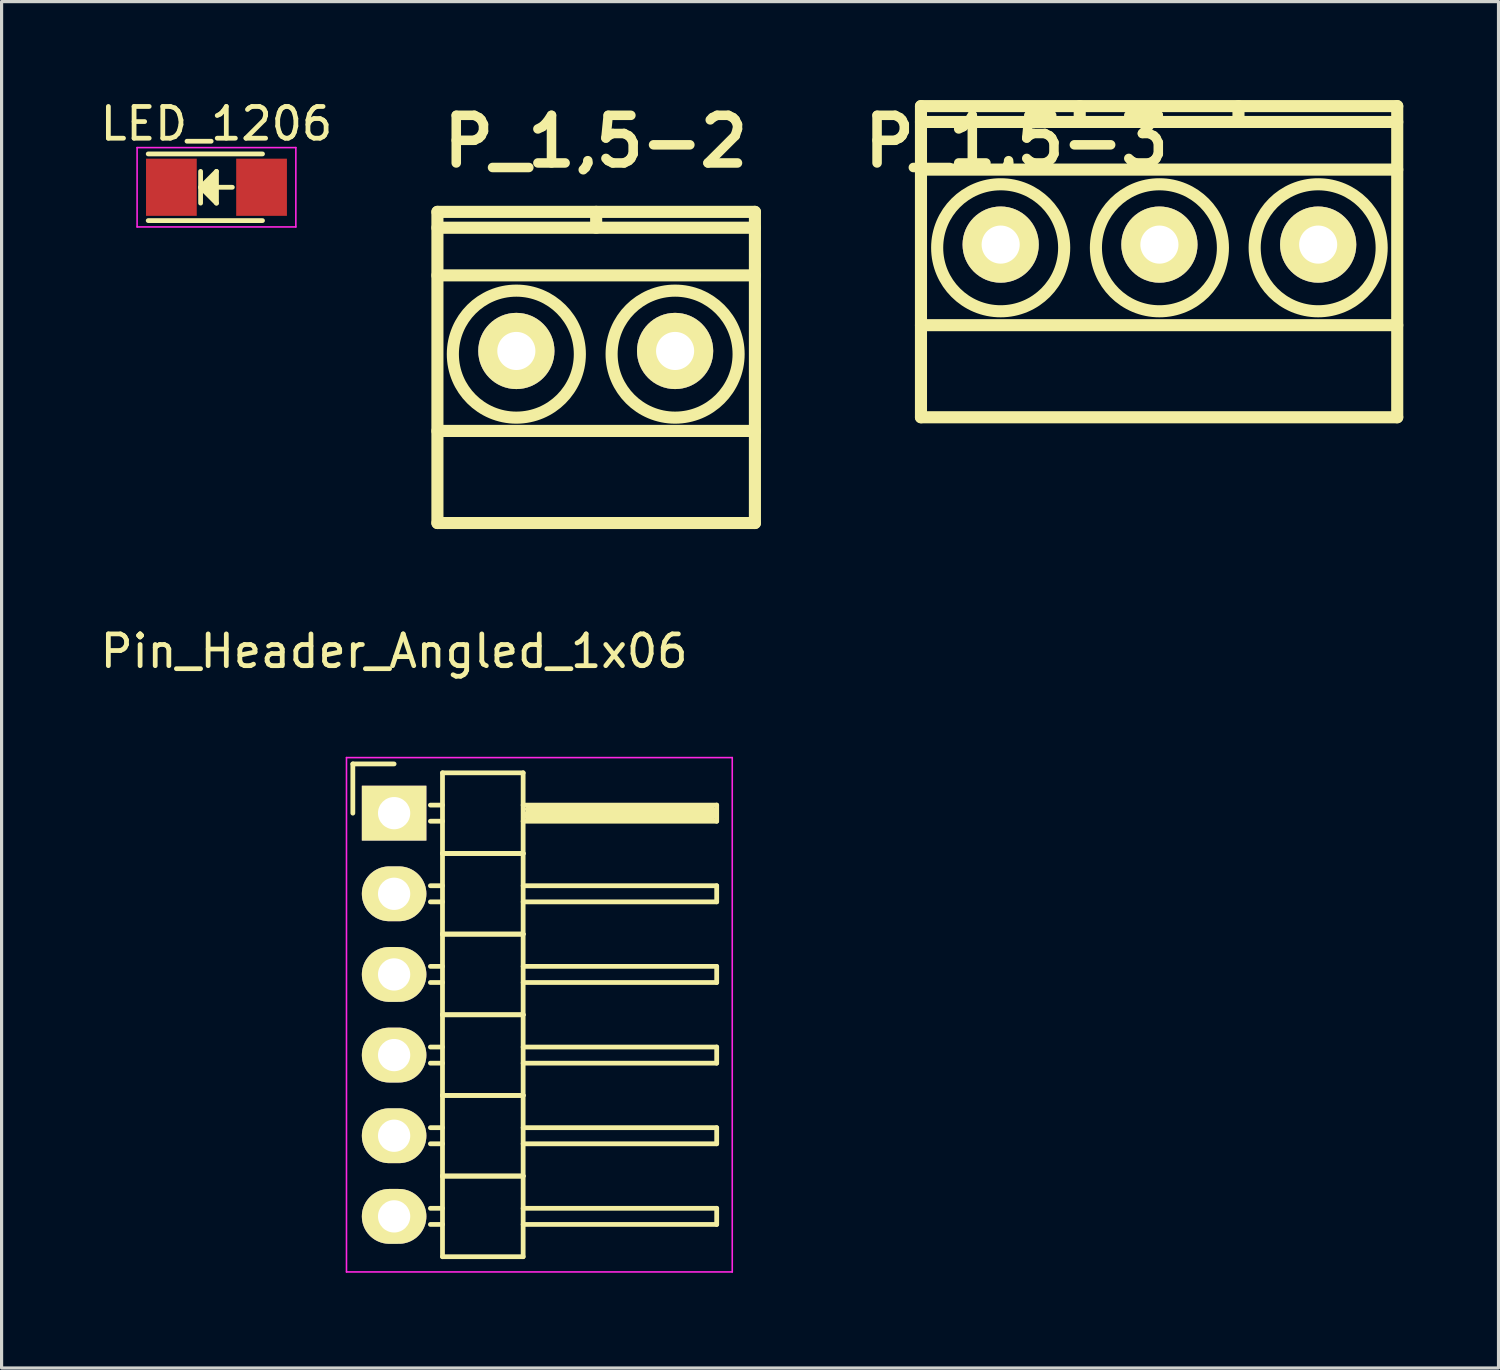
<source format=kicad_pcb>
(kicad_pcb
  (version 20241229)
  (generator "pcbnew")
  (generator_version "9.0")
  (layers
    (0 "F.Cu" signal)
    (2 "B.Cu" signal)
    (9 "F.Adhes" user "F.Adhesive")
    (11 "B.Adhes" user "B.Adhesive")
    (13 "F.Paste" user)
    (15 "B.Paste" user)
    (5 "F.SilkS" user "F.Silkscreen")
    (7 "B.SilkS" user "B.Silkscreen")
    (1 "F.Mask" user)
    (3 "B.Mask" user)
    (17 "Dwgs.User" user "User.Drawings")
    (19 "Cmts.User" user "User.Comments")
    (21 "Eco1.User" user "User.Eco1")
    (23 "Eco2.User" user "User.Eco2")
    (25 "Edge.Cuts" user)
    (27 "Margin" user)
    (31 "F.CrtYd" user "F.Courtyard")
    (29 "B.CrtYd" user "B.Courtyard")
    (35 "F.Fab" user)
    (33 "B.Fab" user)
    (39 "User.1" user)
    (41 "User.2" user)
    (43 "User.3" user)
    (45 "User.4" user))
  (footprint "P_1,5-2"
    (layer "F.Cu")
    (at 15.713 8.004)
    (property "Reference" "P_1,5-2" (at 0 -6.6 0) (layer "F.SilkS") (effects (font (size 1.5 1.5) (thickness 0.3))))
    (attr through_hole)
    (fp_line (start -4.986 -4.381) (end -4.986 5.419) (stroke (width 0.381) (type solid)) (layer "F.SilkS"))
    (fp_line (start -4.986 5.419) (end 5.014 5.419) (stroke (width 0.381) (type solid)) (layer "F.SilkS"))
    (fp_line (start 0.014 -3.881) (end 0.014 -4.381) (stroke (width 0.381) (type solid)) (layer "F.SilkS"))
    (fp_line (start 5.014 -4.381) (end -4.986 -4.381) (stroke (width 0.381) (type solid)) (layer "F.SilkS"))
    (fp_line (start 5.014 -3.881) (end -4.986 -3.881) (stroke (width 0.381) (type solid)) (layer "F.SilkS"))
    (fp_line (start 5.014 -2.381) (end -4.986 -2.381) (stroke (width 0.381) (type solid)) (layer "F.SilkS"))
    (fp_line (start 5.014 2.519) (end -4.986 2.519) (stroke (width 0.381) (type solid)) (layer "F.SilkS"))
    (fp_line (start 5.014 5.419) (end 5.014 -4.381) (stroke (width 0.381) (type solid)) (layer "F.SilkS"))
    (fp_circle (center -2.5 0.1) (end -0.5 0.1) (stroke (width 0.381) (type solid)) (fill no) (layer "F.SilkS"))
    (fp_circle (center 2.5 0.1) (end 0.5 0.1) (stroke (width 0.381) (type solid)) (fill no) (layer "F.SilkS"))
    (pad "1" thru_hole circle (at -2.5 0) (size 2.4 2.4) (drill 1.2) (layers "*.Cu" "*.Mask" "F.SilkS"))
    (pad "2" thru_hole circle (at 2.5 0) (size 2.4 2.4) (drill 1.2) (layers "*.Cu" "*.Mask" "F.SilkS")))
  (footprint "P_1,5-3"
    (layer "F.Cu")
    (at 33.467 4.654)
    (property "Reference" "P_1,5-3" (at -4.5 -3.25 0) (layer "F.SilkS") (effects (font (size 1.5 1.5) (thickness 0.3))))
    (attr through_hole)
    (fp_line (start -7.51 -4.362) (end -7.51 5.438) (stroke (width 0.381) (type solid)) (layer "F.SilkS"))
    (fp_line (start -7.51 5.438) (end 7.49 5.438) (stroke (width 0.381) (type solid)) (layer "F.SilkS"))
    (fp_line (start -2.51 -3.862) (end -2.51 -4.362) (stroke (width 0.381) (type solid)) (layer "F.SilkS"))
    (fp_line (start 2.49 -3.862) (end 2.49 -4.362) (stroke (width 0.381) (type solid)) (layer "F.SilkS"))
    (fp_line (start 7.49 -4.362) (end -7.51 -4.362) (stroke (width 0.381) (type solid)) (layer "F.SilkS"))
    (fp_line (start 7.49 -3.862) (end -7.51 -3.862) (stroke (width 0.381) (type solid)) (layer "F.SilkS"))
    (fp_line (start 7.49 -2.362) (end -7.51 -2.362) (stroke (width 0.381) (type solid)) (layer "F.SilkS"))
    (fp_line (start 7.49 2.538) (end -7.51 2.538) (stroke (width 0.381) (type solid)) (layer "F.SilkS"))
    (fp_line (start 7.49 5.438) (end 7.49 -4.362) (stroke (width 0.381) (type solid)) (layer "F.SilkS"))
    (fp_circle (center -5 0.1) (end -3 0.1) (stroke (width 0.381) (type solid)) (fill no) (layer "F.SilkS"))
    (fp_circle (center 0 0.1) (end -2 0.1) (stroke (width 0.381) (type solid)) (fill no) (layer "F.SilkS"))
    (fp_circle (center 5 0.1) (end 3 0.1) (stroke (width 0.381) (type solid)) (fill no) (layer "F.SilkS"))
    (pad "1" thru_hole circle (at -5 0) (size 2.4 2.4) (drill 1.2) (layers "*.Cu" "*.Mask" "F.SilkS"))
    (pad "2" thru_hole circle (at 0 0) (size 2.4 2.4) (drill 1.2) (layers "*.Cu" "*.Mask" "F.SilkS"))
    (pad "3" thru_hole circle (at 5 0) (size 2.4 2.4) (drill 1.2) (layers "*.Cu" "*.Mask" "F.SilkS")))
  (footprint "Pin_Header_Angled_1x06"
    (layer "F.Cu")
    (at 9.363 22.561)
    (property "Reference" "Pin_Header_Angled_1x06" (at 0 -5.1 0) (layer "F.SilkS") (effects (font (size 1 1) (thickness 0.15))))
    (attr through_hole)
    (fp_line (start -1.3 -1.55) (end -1.3 0) (stroke (width 0.15) (type solid)) (layer "F.SilkS"))
    (fp_line (start 0 -1.55) (end -1.3 -1.55) (stroke (width 0.15) (type solid)) (layer "F.SilkS"))
    (fp_line (start 1.524 -1.27) (end 1.524 1.27) (stroke (width 0.15) (type solid)) (layer "F.SilkS"))
    (fp_line (start 1.524 -1.27) (end 4.064 -1.27) (stroke (width 0.15) (type solid)) (layer "F.SilkS"))
    (fp_line (start 1.524 -0.254) (end 1.143 -0.254) (stroke (width 0.15) (type solid)) (layer "F.SilkS"))
    (fp_line (start 1.524 0.254) (end 1.143 0.254) (stroke (width 0.15) (type solid)) (layer "F.SilkS"))
    (fp_line (start 1.524 1.27) (end 1.524 3.81) (stroke (width 0.15) (type solid)) (layer "F.SilkS"))
    (fp_line (start 1.524 1.27) (end 4.064 1.27) (stroke (width 0.15) (type solid)) (layer "F.SilkS"))
    (fp_line (start 1.524 1.27) (end 4.064 1.27) (stroke (width 0.15) (type solid)) (layer "F.SilkS"))
    (fp_line (start 1.524 2.286) (end 1.143 2.286) (stroke (width 0.15) (type solid)) (layer "F.SilkS"))
    (fp_line (start 1.524 2.794) (end 1.143 2.794) (stroke (width 0.15) (type solid)) (layer "F.SilkS"))
    (fp_line (start 1.524 3.81) (end 1.524 6.35) (stroke (width 0.15) (type solid)) (layer "F.SilkS"))
    (fp_line (start 1.524 3.81) (end 4.064 3.81) (stroke (width 0.15) (type solid)) (layer "F.SilkS"))
    (fp_line (start 1.524 3.81) (end 4.064 3.81) (stroke (width 0.15) (type solid)) (layer "F.SilkS"))
    (fp_line (start 1.524 4.826) (end 1.143 4.826) (stroke (width 0.15) (type solid)) (layer "F.SilkS"))
    (fp_line (start 1.524 5.334) (end 1.143 5.334) (stroke (width 0.15) (type solid)) (layer "F.SilkS"))
    (fp_line (start 1.524 6.35) (end 1.524 8.89) (stroke (width 0.15) (type solid)) (layer "F.SilkS"))
    (fp_line (start 1.524 6.35) (end 4.064 6.35) (stroke (width 0.15) (type solid)) (layer "F.SilkS"))
    (fp_line (start 1.524 6.35) (end 4.064 6.35) (stroke (width 0.15) (type solid)) (layer "F.SilkS"))
    (fp_line (start 1.524 7.366) (end 1.143 7.366) (stroke (width 0.15) (type solid)) (layer "F.SilkS"))
    (fp_line (start 1.524 7.874) (end 1.143 7.874) (stroke (width 0.15) (type solid)) (layer "F.SilkS"))
    (fp_line (start 1.524 8.89) (end 1.524 11.43) (stroke (width 0.15) (type solid)) (layer "F.SilkS"))
    (fp_line (start 1.524 8.89) (end 4.064 8.89) (stroke (width 0.15) (type solid)) (layer "F.SilkS"))
    (fp_line (start 1.524 8.89) (end 4.064 8.89) (stroke (width 0.15) (type solid)) (layer "F.SilkS"))
    (fp_line (start 1.524 9.906) (end 1.143 9.906) (stroke (width 0.15) (type solid)) (layer "F.SilkS"))
    (fp_line (start 1.524 10.414) (end 1.143 10.414) (stroke (width 0.15) (type solid)) (layer "F.SilkS"))
    (fp_line (start 1.524 11.43) (end 1.524 13.97) (stroke (width 0.15) (type solid)) (layer "F.SilkS"))
    (fp_line (start 1.524 11.43) (end 4.064 11.43) (stroke (width 0.15) (type solid)) (layer "F.SilkS"))
    (fp_line (start 1.524 11.43) (end 4.064 11.43) (stroke (width 0.15) (type solid)) (layer "F.SilkS"))
    (fp_line (start 1.524 12.446) (end 1.143 12.446) (stroke (width 0.15) (type solid)) (layer "F.SilkS"))
    (fp_line (start 1.524 12.954) (end 1.143 12.954) (stroke (width 0.15) (type solid)) (layer "F.SilkS"))
    (fp_line (start 1.524 13.97) (end 4.064 13.97) (stroke (width 0.15) (type solid)) (layer "F.SilkS"))
    (fp_line (start 4.064 -0.254) (end 10.16 -0.254) (stroke (width 0.15) (type solid)) (layer "F.SilkS"))
    (fp_line (start 4.064 1.27) (end 4.064 -1.27) (stroke (width 0.15) (type solid)) (layer "F.SilkS"))
    (fp_line (start 4.064 2.286) (end 10.16 2.286) (stroke (width 0.15) (type solid)) (layer "F.SilkS"))
    (fp_line (start 4.064 3.81) (end 4.064 1.27) (stroke (width 0.15) (type solid)) (layer "F.SilkS"))
    (fp_line (start 4.064 4.826) (end 10.16 4.826) (stroke (width 0.15) (type solid)) (layer "F.SilkS"))
    (fp_line (start 4.064 6.35) (end 4.064 3.81) (stroke (width 0.15) (type solid)) (layer "F.SilkS"))
    (fp_line (start 4.064 7.366) (end 10.16 7.366) (stroke (width 0.15) (type solid)) (layer "F.SilkS"))
    (fp_line (start 4.064 8.89) (end 4.064 6.35) (stroke (width 0.15) (type solid)) (layer "F.SilkS"))
    (fp_line (start 4.064 9.906) (end 10.16 9.906) (stroke (width 0.15) (type solid)) (layer "F.SilkS"))
    (fp_line (start 4.064 11.43) (end 4.064 8.89) (stroke (width 0.15) (type solid)) (layer "F.SilkS"))
    (fp_line (start 4.064 12.446) (end 10.16 12.446) (stroke (width 0.15) (type solid)) (layer "F.SilkS"))
    (fp_line (start 4.064 13.97) (end 4.064 11.43) (stroke (width 0.15) (type solid)) (layer "F.SilkS"))
    (fp_line (start 4.191 -0.127) (end 10.033 -0.127) (stroke (width 0.15) (type solid)) (layer "F.SilkS"))
    (fp_line (start 4.191 0) (end 10.033 0) (stroke (width 0.15) (type solid)) (layer "F.SilkS"))
    (fp_line (start 4.191 0.127) (end 4.191 0) (stroke (width 0.15) (type solid)) (layer "F.SilkS"))
    (fp_line (start 10.033 -0.127) (end 10.033 0.127) (stroke (width 0.15) (type solid)) (layer "F.SilkS"))
    (fp_line (start 10.033 0.127) (end 4.191 0.127) (stroke (width 0.15) (type solid)) (layer "F.SilkS"))
    (fp_line (start 10.16 -0.254) (end 10.16 0.254) (stroke (width 0.15) (type solid)) (layer "F.SilkS"))
    (fp_line (start 10.16 0.254) (end 4.064 0.254) (stroke (width 0.15) (type solid)) (layer "F.SilkS"))
    (fp_line (start 10.16 2.286) (end 10.16 2.794) (stroke (width 0.15) (type solid)) (layer "F.SilkS"))
    (fp_line (start 10.16 2.794) (end 4.064 2.794) (stroke (width 0.15) (type solid)) (layer "F.SilkS"))
    (fp_line (start 10.16 4.826) (end 10.16 5.334) (stroke (width 0.15) (type solid)) (layer "F.SilkS"))
    (fp_line (start 10.16 5.334) (end 4.064 5.334) (stroke (width 0.15) (type solid)) (layer "F.SilkS"))
    (fp_line (start 10.16 7.366) (end 10.16 7.874) (stroke (width 0.15) (type solid)) (layer "F.SilkS"))
    (fp_line (start 10.16 7.874) (end 4.064 7.874) (stroke (width 0.15) (type solid)) (layer "F.SilkS"))
    (fp_line (start 10.16 9.906) (end 10.16 10.414) (stroke (width 0.15) (type solid)) (layer "F.SilkS"))
    (fp_line (start 10.16 10.414) (end 4.064 10.414) (stroke (width 0.15) (type solid)) (layer "F.SilkS"))
    (fp_line (start 10.16 12.446) (end 10.16 12.954) (stroke (width 0.15) (type solid)) (layer "F.SilkS"))
    (fp_line (start 10.16 12.954) (end 4.064 12.954) (stroke (width 0.15) (type solid)) (layer "F.SilkS"))
    (fp_line (start -1.5 -1.75) (end -1.5 14.45) (stroke (width 0.05) (type solid)) (layer "F.CrtYd"))
    (fp_line (start -1.5 -1.75) (end 10.65 -1.75) (stroke (width 0.05) (type solid)) (layer "F.CrtYd"))
    (fp_line (start -1.5 14.45) (end 10.65 14.45) (stroke (width 0.05) (type solid)) (layer "F.CrtYd"))
    (fp_line (start 10.65 -1.75) (end 10.65 14.45) (stroke (width 0.05) (type solid)) (layer "F.CrtYd"))
    (pad "1" thru_hole rect (at 0 0) (size 2.032 1.727) (drill 1.016) (layers "*.Cu" "*.Mask" "F.SilkS"))
    (pad "2" thru_hole oval (at 0 2.54) (size 2.032 1.727) (drill 1.016) (layers "*.Cu" "*.Mask" "F.SilkS"))
    (pad "3" thru_hole oval (at 0 5.08) (size 2.032 1.727) (drill 1.016) (layers "*.Cu" "*.Mask" "F.SilkS"))
    (pad "4" thru_hole oval (at 0 7.62) (size 2.032 1.727) (drill 1.016) (layers "*.Cu" "*.Mask" "F.SilkS"))
    (pad "5" thru_hole oval (at 0 10.16) (size 2.032 1.727) (drill 1.016) (layers "*.Cu" "*.Mask" "F.SilkS"))
    (pad "6" thru_hole oval (at 0 12.7) (size 2.032 1.727) (drill 1.016) (layers "*.Cu" "*.Mask" "F.SilkS")))
  (footprint "LED_1206"
    (layer "F.Cu")
    (at 3.768 2.848)
    (property "Reference" "LED_1206" (at 0 -2 0) (layer "F.SilkS") (effects (font (size 1 1) (thickness 0.15))))
    (attr smd)
    (fp_line (start -2.15 -1.05) (end 1.45 -1.05) (stroke (width 0.15) (type solid)) (layer "F.SilkS"))
    (fp_line (start -2.15 1.05) (end 1.45 1.05) (stroke (width 0.15) (type solid)) (layer "F.SilkS"))
    (fp_line (start -0.5 -0.5) (end -0.5 0.5) (stroke (width 0.15) (type solid)) (layer "F.SilkS"))
    (fp_line (start -0.5 0) (end 0 -0.5) (stroke (width 0.15) (type solid)) (layer "F.SilkS"))
    (fp_line (start -0.4 0) (end -0.2 -0.2) (stroke (width 0.15) (type solid)) (layer "F.SilkS"))
    (fp_line (start -0.2 -0.2) (end -0.2 0.05) (stroke (width 0.15) (type solid)) (layer "F.SilkS"))
    (fp_line (start -0.2 0.05) (end -0.25 0) (stroke (width 0.15) (type solid)) (layer "F.SilkS"))
    (fp_line (start -0.1 -0.3) (end -0.1 0.3) (stroke (width 0.15) (type solid)) (layer "F.SilkS"))
    (fp_line (start -0.1 0.3) (end -0.4 0) (stroke (width 0.15) (type solid)) (layer "F.SilkS"))
    (fp_line (start 0 -0.5) (end 0 0.5) (stroke (width 0.15) (type solid)) (layer "F.SilkS"))
    (fp_line (start 0 0) (end 0.5 0) (stroke (width 0.15) (type solid)) (layer "F.SilkS"))
    (fp_line (start 0 0.5) (end -0.5 0) (stroke (width 0.15) (type solid)) (layer "F.SilkS"))
    (fp_line (start -2.5 -1.25) (end -2.5 1.25) (stroke (width 0.05) (type solid)) (layer "F.CrtYd"))
    (fp_line (start -2.5 1.25) (end 2.5 1.25) (stroke (width 0.05) (type solid)) (layer "F.CrtYd"))
    (fp_line (start 2.5 -1.25) (end -2.5 -1.25) (stroke (width 0.05) (type solid)) (layer "F.CrtYd"))
    (fp_line (start 2.5 1.25) (end 2.5 -1.25) (stroke (width 0.05) (type solid)) (layer "F.CrtYd"))
    (pad "1" smd rect (at -1.42 0 180) (size 1.598 1.801) (layers "F.Cu" "F.Mask" "F.Paste"))
    (pad "2" smd rect (at 1.42 0 180) (size 1.598 1.801) (layers "F.Cu" "F.Mask" "F.Paste")))
  (gr_rect
    (start -3 -3)
    (end 44.147 40.036)
    (stroke (width 0.1) (type default))
    (fill no)
    (layer "Edge.Cuts")))
</source>
